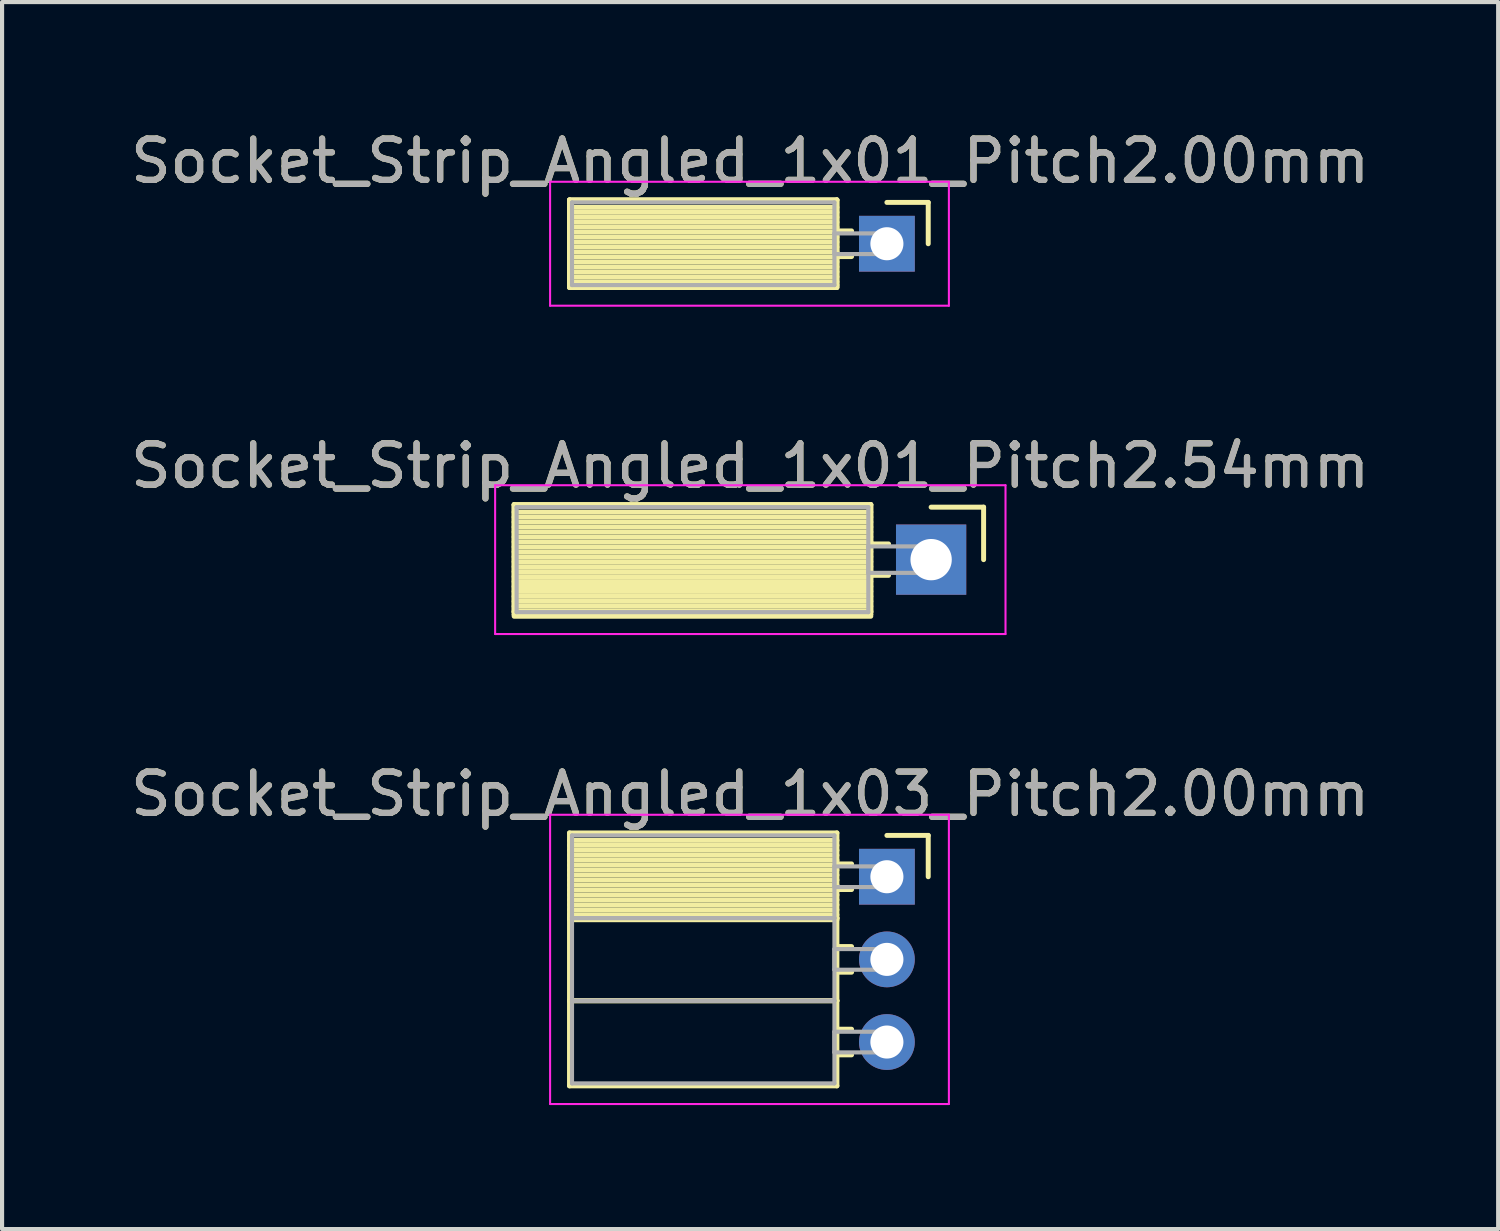
<source format=kicad_pcb>
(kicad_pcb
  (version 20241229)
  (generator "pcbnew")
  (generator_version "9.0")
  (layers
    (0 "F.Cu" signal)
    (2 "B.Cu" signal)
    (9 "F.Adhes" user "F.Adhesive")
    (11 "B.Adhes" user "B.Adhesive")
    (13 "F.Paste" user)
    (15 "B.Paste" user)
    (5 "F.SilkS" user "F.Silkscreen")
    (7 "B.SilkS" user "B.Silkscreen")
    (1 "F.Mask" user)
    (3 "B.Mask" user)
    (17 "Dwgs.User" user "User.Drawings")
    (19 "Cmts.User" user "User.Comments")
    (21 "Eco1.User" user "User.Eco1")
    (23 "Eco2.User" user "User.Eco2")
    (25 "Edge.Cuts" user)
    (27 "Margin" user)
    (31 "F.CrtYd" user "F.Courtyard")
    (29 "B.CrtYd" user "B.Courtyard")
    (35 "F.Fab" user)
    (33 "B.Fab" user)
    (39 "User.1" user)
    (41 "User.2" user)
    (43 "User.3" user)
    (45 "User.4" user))
  (footprint "Socket_Strip_Angled_1x03_Pitch2.00mm"
    (layer "F.Cu")
    (at 18.411 18.165)
    (property "Reference" "Socket_Strip_Angled_1x03_Pitch2.00mm" (at -3.31 -2 0) (layer "F.SilkS") (effects (font (size 1 1) (thickness 0.15))))
    (attr through_hole)
    (fp_line (start -7.68 -1.06) (end -1.21 -1.06) (stroke (width 0.12) (type solid)) (layer "F.SilkS"))
    (fp_line (start -7.68 1) (end -7.68 -1.06) (stroke (width 0.12) (type solid)) (layer "F.SilkS"))
    (fp_line (start -7.68 1) (end -1.21 1) (stroke (width 0.12) (type solid)) (layer "F.SilkS"))
    (fp_line (start -7.68 3) (end -7.68 1) (stroke (width 0.12) (type solid)) (layer "F.SilkS"))
    (fp_line (start -7.68 3) (end -1.21 3) (stroke (width 0.12) (type solid)) (layer "F.SilkS"))
    (fp_line (start -7.68 5.06) (end -7.68 3) (stroke (width 0.12) (type solid)) (layer "F.SilkS"))
    (fp_line (start -1.21 -1.06) (end -1.21 1) (stroke (width 0.12) (type solid)) (layer "F.SilkS"))
    (fp_line (start -1.21 -0.88) (end -7.68 -0.88) (stroke (width 0.12) (type solid)) (layer "F.SilkS"))
    (fp_line (start -1.21 -0.76) (end -7.68 -0.76) (stroke (width 0.12) (type solid)) (layer "F.SilkS"))
    (fp_line (start -1.21 -0.64) (end -7.68 -0.64) (stroke (width 0.12) (type solid)) (layer "F.SilkS"))
    (fp_line (start -1.21 -0.52) (end -7.68 -0.52) (stroke (width 0.12) (type solid)) (layer "F.SilkS"))
    (fp_line (start -1.21 -0.4) (end -7.68 -0.4) (stroke (width 0.12) (type solid)) (layer "F.SilkS"))
    (fp_line (start -1.21 -0.28) (end -7.68 -0.28) (stroke (width 0.12) (type solid)) (layer "F.SilkS"))
    (fp_line (start -1.21 -0.16) (end -7.68 -0.16) (stroke (width 0.12) (type solid)) (layer "F.SilkS"))
    (fp_line (start -1.21 -0.04) (end -7.68 -0.04) (stroke (width 0.12) (type solid)) (layer "F.SilkS"))
    (fp_line (start -1.21 0.08) (end -7.68 0.08) (stroke (width 0.12) (type solid)) (layer "F.SilkS"))
    (fp_line (start -1.21 0.2) (end -7.68 0.2) (stroke (width 0.12) (type solid)) (layer "F.SilkS"))
    (fp_line (start -1.21 0.32) (end -7.68 0.32) (stroke (width 0.12) (type solid)) (layer "F.SilkS"))
    (fp_line (start -1.21 0.44) (end -7.68 0.44) (stroke (width 0.12) (type solid)) (layer "F.SilkS"))
    (fp_line (start -1.21 0.56) (end -7.68 0.56) (stroke (width 0.12) (type solid)) (layer "F.SilkS"))
    (fp_line (start -1.21 0.68) (end -7.68 0.68) (stroke (width 0.12) (type solid)) (layer "F.SilkS"))
    (fp_line (start -1.21 0.8) (end -7.68 0.8) (stroke (width 0.12) (type solid)) (layer "F.SilkS"))
    (fp_line (start -1.21 0.92) (end -7.68 0.92) (stroke (width 0.12) (type solid)) (layer "F.SilkS"))
    (fp_line (start -1.21 1) (end -7.68 1) (stroke (width 0.12) (type solid)) (layer "F.SilkS"))
    (fp_line (start -1.21 1) (end -1.21 3) (stroke (width 0.12) (type solid)) (layer "F.SilkS"))
    (fp_line (start -1.21 1.04) (end -7.68 1.04) (stroke (width 0.12) (type solid)) (layer "F.SilkS"))
    (fp_line (start -1.21 3) (end -7.68 3) (stroke (width 0.12) (type solid)) (layer "F.SilkS"))
    (fp_line (start -1.21 3) (end -1.21 5.06) (stroke (width 0.12) (type solid)) (layer "F.SilkS"))
    (fp_line (start -1.21 5.06) (end -7.68 5.06) (stroke (width 0.12) (type solid)) (layer "F.SilkS"))
    (fp_line (start -0.855 -0.31) (end -1.21 -0.31) (stroke (width 0.12) (type solid)) (layer "F.SilkS"))
    (fp_line (start -0.855 0.31) (end -1.21 0.31) (stroke (width 0.12) (type solid)) (layer "F.SilkS"))
    (fp_line (start -0.855 1.69) (end -1.21 1.69) (stroke (width 0.12) (type solid)) (layer "F.SilkS"))
    (fp_line (start -0.855 2.31) (end -1.21 2.31) (stroke (width 0.12) (type solid)) (layer "F.SilkS"))
    (fp_line (start -0.855 3.69) (end -1.21 3.69) (stroke (width 0.12) (type solid)) (layer "F.SilkS"))
    (fp_line (start -0.855 4.31) (end -1.21 4.31) (stroke (width 0.12) (type solid)) (layer "F.SilkS"))
    (fp_line (start 0 -1) (end 1 -1) (stroke (width 0.12) (type solid)) (layer "F.SilkS"))
    (fp_line (start 1 -1) (end 1 0) (stroke (width 0.12) (type solid)) (layer "F.SilkS"))
    (fp_line (start -8.15 -1.5) (end 1.5 -1.5) (stroke (width 0.05) (type solid)) (layer "F.CrtYd"))
    (fp_line (start -8.15 5.5) (end -8.15 -1.5) (stroke (width 0.05) (type solid)) (layer "F.CrtYd"))
    (fp_line (start 1.5 -1.5) (end 1.5 5.5) (stroke (width 0.05) (type solid)) (layer "F.CrtYd"))
    (fp_line (start 1.5 5.5) (end -8.15 5.5) (stroke (width 0.05) (type solid)) (layer "F.CrtYd"))
    (fp_line (start -7.62 -1) (end -1.27 -1) (stroke (width 0.1) (type solid)) (layer "F.Fab"))
    (fp_line (start -7.62 1) (end -7.62 -1) (stroke (width 0.1) (type solid)) (layer "F.Fab"))
    (fp_line (start -7.62 1) (end -1.27 1) (stroke (width 0.1) (type solid)) (layer "F.Fab"))
    (fp_line (start -7.62 3) (end -7.62 1) (stroke (width 0.1) (type solid)) (layer "F.Fab"))
    (fp_line (start -7.62 3) (end -1.27 3) (stroke (width 0.1) (type solid)) (layer "F.Fab"))
    (fp_line (start -7.62 5) (end -7.62 3) (stroke (width 0.1) (type solid)) (layer "F.Fab"))
    (fp_line (start -1.27 -1) (end -1.27 1) (stroke (width 0.1) (type solid)) (layer "F.Fab"))
    (fp_line (start -1.27 -0.25) (end 0 -0.25) (stroke (width 0.1) (type solid)) (layer "F.Fab"))
    (fp_line (start -1.27 0.25) (end -1.27 -0.25) (stroke (width 0.1) (type solid)) (layer "F.Fab"))
    (fp_line (start -1.27 1) (end -7.62 1) (stroke (width 0.1) (type solid)) (layer "F.Fab"))
    (fp_line (start -1.27 1) (end -1.27 3) (stroke (width 0.1) (type solid)) (layer "F.Fab"))
    (fp_line (start -1.27 1.75) (end 0 1.75) (stroke (width 0.1) (type solid)) (layer "F.Fab"))
    (fp_line (start -1.27 2.25) (end -1.27 1.75) (stroke (width 0.1) (type solid)) (layer "F.Fab"))
    (fp_line (start -1.27 3) (end -7.62 3) (stroke (width 0.1) (type solid)) (layer "F.Fab"))
    (fp_line (start -1.27 3) (end -1.27 5) (stroke (width 0.1) (type solid)) (layer "F.Fab"))
    (fp_line (start -1.27 3.75) (end 0 3.75) (stroke (width 0.1) (type solid)) (layer "F.Fab"))
    (fp_line (start -1.27 4.25) (end -1.27 3.75) (stroke (width 0.1) (type solid)) (layer "F.Fab"))
    (fp_line (start -1.27 5) (end -7.62 5) (stroke (width 0.1) (type solid)) (layer "F.Fab"))
    (fp_line (start 0 -0.25) (end 0 0.25) (stroke (width 0.1) (type solid)) (layer "F.Fab"))
    (fp_line (start 0 0.25) (end -1.27 0.25) (stroke (width 0.1) (type solid)) (layer "F.Fab"))
    (fp_line (start 0 1.75) (end 0 2.25) (stroke (width 0.1) (type solid)) (layer "F.Fab"))
    (fp_line (start 0 2.25) (end -1.27 2.25) (stroke (width 0.1) (type solid)) (layer "F.Fab"))
    (fp_line (start 0 3.75) (end 0 4.25) (stroke (width 0.1) (type solid)) (layer "F.Fab"))
    (fp_line (start 0 4.25) (end -1.27 4.25) (stroke (width 0.1) (type solid)) (layer "F.Fab"))
    (fp_text user "${REFERENCE}" (at -3.31 -2 0) (layer "F.Fab") (effects (font (size 1 1) (thickness 0.15))))
    (pad "1" thru_hole rect (at 0 0) (size 1.35 1.35) (drill 0.8) (layers "*.Cu" "*.Mask"))
    (pad "2" thru_hole oval (at 0 2) (size 1.35 1.35) (drill 0.8) (layers "*.Cu" "*.Mask"))
    (pad "3" thru_hole oval (at 0 4) (size 1.35 1.35) (drill 0.8) (layers "*.Cu" "*.Mask")))
  (footprint "Socket_Strip_Angled_1x01_Pitch2.54mm"
    (layer "F.Cu")
    (at 19.481 10.492)
    (property "Reference" "Socket_Strip_Angled_1x01_Pitch2.54mm" (at -4.38 -2.27 0) (layer "F.SilkS") (effects (font (size 1 1) (thickness 0.15))))
    (attr through_hole)
    (fp_line (start -10.09 -1.33) (end -1.46 -1.33) (stroke (width 0.12) (type solid)) (layer "F.SilkS"))
    (fp_line (start -10.09 -1.33) (end -1.46 -1.33) (stroke (width 0.12) (type solid)) (layer "F.SilkS"))
    (fp_line (start -10.09 1.27) (end -10.09 -1.33) (stroke (width 0.12) (type solid)) (layer "F.SilkS"))
    (fp_line (start -10.09 1.33) (end -10.09 -1.33) (stroke (width 0.12) (type solid)) (layer "F.SilkS"))
    (fp_line (start -1.46 -1.33) (end -1.46 1.27) (stroke (width 0.12) (type solid)) (layer "F.SilkS"))
    (fp_line (start -1.46 -1.33) (end -1.46 1.33) (stroke (width 0.12) (type solid)) (layer "F.SilkS"))
    (fp_line (start -1.46 -1.15) (end -10.09 -1.15) (stroke (width 0.12) (type solid)) (layer "F.SilkS"))
    (fp_line (start -1.46 -1.03) (end -10.09 -1.03) (stroke (width 0.12) (type solid)) (layer "F.SilkS"))
    (fp_line (start -1.46 -0.91) (end -10.09 -0.91) (stroke (width 0.12) (type solid)) (layer "F.SilkS"))
    (fp_line (start -1.46 -0.79) (end -10.09 -0.79) (stroke (width 0.12) (type solid)) (layer "F.SilkS"))
    (fp_line (start -1.46 -0.67) (end -10.09 -0.67) (stroke (width 0.12) (type solid)) (layer "F.SilkS"))
    (fp_line (start -1.46 -0.55) (end -10.09 -0.55) (stroke (width 0.12) (type solid)) (layer "F.SilkS"))
    (fp_line (start -1.46 -0.43) (end -10.09 -0.43) (stroke (width 0.12) (type solid)) (layer "F.SilkS"))
    (fp_line (start -1.46 -0.31) (end -10.09 -0.31) (stroke (width 0.12) (type solid)) (layer "F.SilkS"))
    (fp_line (start -1.46 -0.19) (end -10.09 -0.19) (stroke (width 0.12) (type solid)) (layer "F.SilkS"))
    (fp_line (start -1.46 -0.07) (end -10.09 -0.07) (stroke (width 0.12) (type solid)) (layer "F.SilkS"))
    (fp_line (start -1.46 0.05) (end -10.09 0.05) (stroke (width 0.12) (type solid)) (layer "F.SilkS"))
    (fp_line (start -1.46 0.17) (end -10.09 0.17) (stroke (width 0.12) (type solid)) (layer "F.SilkS"))
    (fp_line (start -1.46 0.29) (end -10.09 0.29) (stroke (width 0.12) (type solid)) (layer "F.SilkS"))
    (fp_line (start -1.46 0.41) (end -10.09 0.41) (stroke (width 0.12) (type solid)) (layer "F.SilkS"))
    (fp_line (start -1.46 0.53) (end -10.09 0.53) (stroke (width 0.12) (type solid)) (layer "F.SilkS"))
    (fp_line (start -1.46 0.65) (end -10.09 0.65) (stroke (width 0.12) (type solid)) (layer "F.SilkS"))
    (fp_line (start -1.46 0.77) (end -10.09 0.77) (stroke (width 0.12) (type solid)) (layer "F.SilkS"))
    (fp_line (start -1.46 0.89) (end -10.09 0.89) (stroke (width 0.12) (type solid)) (layer "F.SilkS"))
    (fp_line (start -1.46 1.01) (end -10.09 1.01) (stroke (width 0.12) (type solid)) (layer "F.SilkS"))
    (fp_line (start -1.46 1.13) (end -10.09 1.13) (stroke (width 0.12) (type solid)) (layer "F.SilkS"))
    (fp_line (start -1.46 1.25) (end -10.09 1.25) (stroke (width 0.12) (type solid)) (layer "F.SilkS"))
    (fp_line (start -1.46 1.27) (end -10.09 1.27) (stroke (width 0.12) (type solid)) (layer "F.SilkS"))
    (fp_line (start -1.46 1.33) (end -10.09 1.33) (stroke (width 0.12) (type solid)) (layer "F.SilkS"))
    (fp_line (start -1.46 1.37) (end -10.09 1.37) (stroke (width 0.12) (type solid)) (layer "F.SilkS"))
    (fp_line (start -1.03 -0.38) (end -1.46 -0.38) (stroke (width 0.12) (type solid)) (layer "F.SilkS"))
    (fp_line (start -1.03 0.38) (end -1.46 0.38) (stroke (width 0.12) (type solid)) (layer "F.SilkS"))
    (fp_line (start 0 -1.27) (end 1.27 -1.27) (stroke (width 0.12) (type solid)) (layer "F.SilkS"))
    (fp_line (start 1.27 -1.27) (end 1.27 0) (stroke (width 0.12) (type solid)) (layer "F.SilkS"))
    (fp_line (start -10.55 -1.8) (end 1.8 -1.8) (stroke (width 0.05) (type solid)) (layer "F.CrtYd"))
    (fp_line (start -10.55 1.8) (end -10.55 -1.8) (stroke (width 0.05) (type solid)) (layer "F.CrtYd"))
    (fp_line (start 1.8 -1.8) (end 1.8 1.8) (stroke (width 0.05) (type solid)) (layer "F.CrtYd"))
    (fp_line (start 1.8 1.8) (end -10.55 1.8) (stroke (width 0.05) (type solid)) (layer "F.CrtYd"))
    (fp_line (start -10.03 -1.27) (end -1.52 -1.27) (stroke (width 0.1) (type solid)) (layer "F.Fab"))
    (fp_line (start -10.03 1.27) (end -10.03 -1.27) (stroke (width 0.1) (type solid)) (layer "F.Fab"))
    (fp_line (start -1.52 -1.27) (end -1.52 1.27) (stroke (width 0.1) (type solid)) (layer "F.Fab"))
    (fp_line (start -1.52 -0.32) (end 0 -0.32) (stroke (width 0.1) (type solid)) (layer "F.Fab"))
    (fp_line (start -1.52 0.32) (end -1.52 -0.32) (stroke (width 0.1) (type solid)) (layer "F.Fab"))
    (fp_line (start -1.52 1.27) (end -10.03 1.27) (stroke (width 0.1) (type solid)) (layer "F.Fab"))
    (fp_line (start 0 -0.32) (end 0 0.32) (stroke (width 0.1) (type solid)) (layer "F.Fab"))
    (fp_line (start 0 0.32) (end -1.52 0.32) (stroke (width 0.1) (type solid)) (layer "F.Fab"))
    (fp_text user "${REFERENCE}" (at -4.38 -2.27 0) (layer "F.Fab") (effects (font (size 1 1) (thickness 0.15))))
    (pad "1" thru_hole rect (at 0 0) (size 1.7 1.7) (drill 1) (layers "*.Cu" "*.Mask")))
  (footprint "Socket_Strip_Angled_1x01_Pitch2.00mm"
    (layer "F.Cu")
    (at 18.411 2.848)
    (property "Reference" "Socket_Strip_Angled_1x01_Pitch2.00mm" (at -3.31 -2 0) (layer "F.SilkS") (effects (font (size 1 1) (thickness 0.15))))
    (attr through_hole)
    (fp_line (start -7.68 -1.06) (end -1.21 -1.06) (stroke (width 0.12) (type solid)) (layer "F.SilkS"))
    (fp_line (start -7.68 -1.06) (end -1.21 -1.06) (stroke (width 0.12) (type solid)) (layer "F.SilkS"))
    (fp_line (start -7.68 1) (end -7.68 -1.06) (stroke (width 0.12) (type solid)) (layer "F.SilkS"))
    (fp_line (start -7.68 1.06) (end -7.68 -1.06) (stroke (width 0.12) (type solid)) (layer "F.SilkS"))
    (fp_line (start -1.21 -1.06) (end -1.21 1) (stroke (width 0.12) (type solid)) (layer "F.SilkS"))
    (fp_line (start -1.21 -1.06) (end -1.21 1.06) (stroke (width 0.12) (type solid)) (layer "F.SilkS"))
    (fp_line (start -1.21 -0.88) (end -7.68 -0.88) (stroke (width 0.12) (type solid)) (layer "F.SilkS"))
    (fp_line (start -1.21 -0.76) (end -7.68 -0.76) (stroke (width 0.12) (type solid)) (layer "F.SilkS"))
    (fp_line (start -1.21 -0.64) (end -7.68 -0.64) (stroke (width 0.12) (type solid)) (layer "F.SilkS"))
    (fp_line (start -1.21 -0.52) (end -7.68 -0.52) (stroke (width 0.12) (type solid)) (layer "F.SilkS"))
    (fp_line (start -1.21 -0.4) (end -7.68 -0.4) (stroke (width 0.12) (type solid)) (layer "F.SilkS"))
    (fp_line (start -1.21 -0.28) (end -7.68 -0.28) (stroke (width 0.12) (type solid)) (layer "F.SilkS"))
    (fp_line (start -1.21 -0.16) (end -7.68 -0.16) (stroke (width 0.12) (type solid)) (layer "F.SilkS"))
    (fp_line (start -1.21 -0.04) (end -7.68 -0.04) (stroke (width 0.12) (type solid)) (layer "F.SilkS"))
    (fp_line (start -1.21 0.08) (end -7.68 0.08) (stroke (width 0.12) (type solid)) (layer "F.SilkS"))
    (fp_line (start -1.21 0.2) (end -7.68 0.2) (stroke (width 0.12) (type solid)) (layer "F.SilkS"))
    (fp_line (start -1.21 0.32) (end -7.68 0.32) (stroke (width 0.12) (type solid)) (layer "F.SilkS"))
    (fp_line (start -1.21 0.44) (end -7.68 0.44) (stroke (width 0.12) (type solid)) (layer "F.SilkS"))
    (fp_line (start -1.21 0.56) (end -7.68 0.56) (stroke (width 0.12) (type solid)) (layer "F.SilkS"))
    (fp_line (start -1.21 0.68) (end -7.68 0.68) (stroke (width 0.12) (type solid)) (layer "F.SilkS"))
    (fp_line (start -1.21 0.8) (end -7.68 0.8) (stroke (width 0.12) (type solid)) (layer "F.SilkS"))
    (fp_line (start -1.21 0.92) (end -7.68 0.92) (stroke (width 0.12) (type solid)) (layer "F.SilkS"))
    (fp_line (start -1.21 1) (end -7.68 1) (stroke (width 0.12) (type solid)) (layer "F.SilkS"))
    (fp_line (start -1.21 1.04) (end -7.68 1.04) (stroke (width 0.12) (type solid)) (layer "F.SilkS"))
    (fp_line (start -1.21 1.06) (end -7.68 1.06) (stroke (width 0.12) (type solid)) (layer "F.SilkS"))
    (fp_line (start -0.855 -0.31) (end -1.21 -0.31) (stroke (width 0.12) (type solid)) (layer "F.SilkS"))
    (fp_line (start -0.855 0.31) (end -1.21 0.31) (stroke (width 0.12) (type solid)) (layer "F.SilkS"))
    (fp_line (start 0 -1) (end 1 -1) (stroke (width 0.12) (type solid)) (layer "F.SilkS"))
    (fp_line (start 1 -1) (end 1 0) (stroke (width 0.12) (type solid)) (layer "F.SilkS"))
    (fp_line (start -8.15 -1.5) (end 1.5 -1.5) (stroke (width 0.05) (type solid)) (layer "F.CrtYd"))
    (fp_line (start -8.15 1.5) (end -8.15 -1.5) (stroke (width 0.05) (type solid)) (layer "F.CrtYd"))
    (fp_line (start 1.5 -1.5) (end 1.5 1.5) (stroke (width 0.05) (type solid)) (layer "F.CrtYd"))
    (fp_line (start 1.5 1.5) (end -8.15 1.5) (stroke (width 0.05) (type solid)) (layer "F.CrtYd"))
    (fp_line (start -7.62 -1) (end -1.27 -1) (stroke (width 0.1) (type solid)) (layer "F.Fab"))
    (fp_line (start -7.62 1) (end -7.62 -1) (stroke (width 0.1) (type solid)) (layer "F.Fab"))
    (fp_line (start -1.27 -1) (end -1.27 1) (stroke (width 0.1) (type solid)) (layer "F.Fab"))
    (fp_line (start -1.27 -0.25) (end 0 -0.25) (stroke (width 0.1) (type solid)) (layer "F.Fab"))
    (fp_line (start -1.27 0.25) (end -1.27 -0.25) (stroke (width 0.1) (type solid)) (layer "F.Fab"))
    (fp_line (start -1.27 1) (end -7.62 1) (stroke (width 0.1) (type solid)) (layer "F.Fab"))
    (fp_line (start 0 -0.25) (end 0 0.25) (stroke (width 0.1) (type solid)) (layer "F.Fab"))
    (fp_line (start 0 0.25) (end -1.27 0.25) (stroke (width 0.1) (type solid)) (layer "F.Fab"))
    (fp_text user "${REFERENCE}" (at -3.31 -2 0) (layer "F.Fab") (effects (font (size 1 1) (thickness 0.15))))
    (pad "1" thru_hole rect (at 0 0) (size 1.35 1.35) (drill 0.8) (layers "*.Cu" "*.Mask")))
  (gr_rect
    (start -3 -3)
    (end 33.202 26.69)
    (stroke (width 0.1) (type default))
    (fill no)
    (layer "Edge.Cuts")))
</source>
